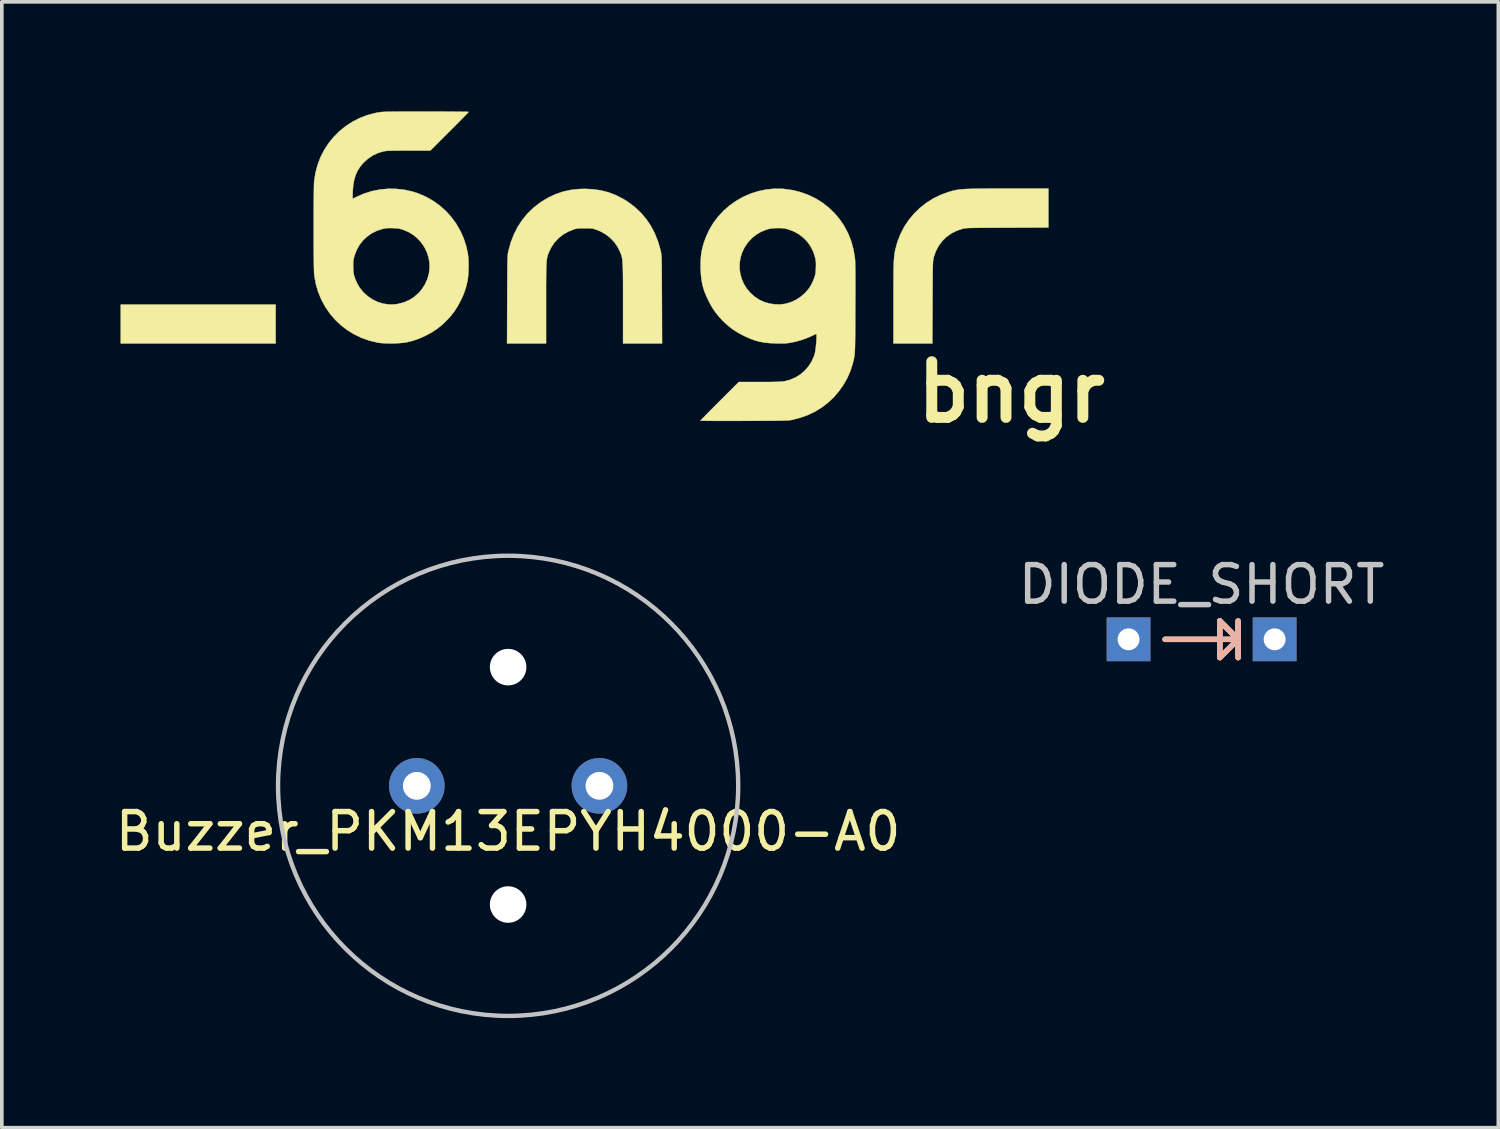
<source format=kicad_pcb>
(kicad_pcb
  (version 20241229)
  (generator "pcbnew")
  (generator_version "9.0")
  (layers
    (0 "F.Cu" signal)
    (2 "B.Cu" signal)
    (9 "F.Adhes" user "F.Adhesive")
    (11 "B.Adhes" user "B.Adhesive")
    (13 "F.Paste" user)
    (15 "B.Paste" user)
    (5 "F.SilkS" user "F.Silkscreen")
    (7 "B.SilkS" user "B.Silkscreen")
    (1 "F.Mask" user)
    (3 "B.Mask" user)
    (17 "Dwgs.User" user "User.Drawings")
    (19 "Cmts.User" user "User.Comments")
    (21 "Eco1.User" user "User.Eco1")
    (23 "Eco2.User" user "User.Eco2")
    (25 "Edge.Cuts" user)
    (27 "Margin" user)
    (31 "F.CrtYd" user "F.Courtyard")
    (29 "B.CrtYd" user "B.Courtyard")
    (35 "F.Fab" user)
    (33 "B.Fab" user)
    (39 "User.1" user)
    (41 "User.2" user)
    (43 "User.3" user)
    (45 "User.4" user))
  (footprint "DIODE_SHORT"
    (layer "F.Cu")
    (at 29.851 14.455)
    (property "Reference" "DIODE_SHORT" (at 0 -1.5 0) (layer "Dwgs.User") (effects (font (size 1 1) (thickness 0.15))))
    (attr through_hole)
    (fp_line (start -1 0) (end 1 0) (stroke (width 0.15) (type solid)) (layer "F.SilkS"))
    (fp_line (start 0.5 -0.5) (end 1 0) (stroke (width 0.15) (type solid)) (layer "F.SilkS"))
    (fp_line (start 0.5 0.5) (end 0.5 -0.5) (stroke (width 0.15) (type solid)) (layer "F.SilkS"))
    (fp_line (start 1 -0.5) (end 1 0.5) (stroke (width 0.15) (type solid)) (layer "F.SilkS"))
    (fp_line (start 1 0) (end 0.5 -0.5) (stroke (width 0.15) (type solid)) (layer "F.SilkS"))
    (fp_line (start 1 0) (end 0.5 0.5) (stroke (width 0.15) (type solid)) (layer "F.SilkS"))
    (fp_line (start -1 0) (end 1 0) (stroke (width 0.15) (type solid)) (layer "B.SilkS"))
    (fp_line (start 0.5 -0.5) (end 0.5 0.5) (stroke (width 0.15) (type solid)) (layer "B.SilkS"))
    (fp_line (start 0.5 0.5) (end 1 0) (stroke (width 0.15) (type solid)) (layer "B.SilkS"))
    (fp_line (start 1 -0.5) (end 1 0.5) (stroke (width 0.15) (type solid)) (layer "B.SilkS"))
    (fp_line (start 1 0) (end 0.5 -0.5) (stroke (width 0.15) (type solid)) (layer "B.SilkS"))
    (fp_line (start 1 0) (end 1 -0.5) (stroke (width 0.15) (type solid)) (layer "B.SilkS"))
    (fp_line (start 1 0.5) (end 1 0) (stroke (width 0.15) (type solid)) (layer "B.SilkS"))
    (pad "1" thru_hole rect (at -2 0) (size 1.2 1.2) (drill 0.6) (layers "*.Cu" "*.Mask"))
    (pad "2" thru_hole rect (at 2 0) (size 1.2 1.2) (drill 0.6) (layers "*.Cu" "*.Mask")))
  (footprint "bngr"
    (layer "F.Cu")
    (at 0.25 6.359)
    (property "Reference" "bngr" (at 24.39 1.33 0) (layer "F.SilkS") (effects (font (size 1.524 1.524) (thickness 0.3))))
    (attr through_hole)
    (fp_poly (pts (xy 4.248 -0.004) (xy 0.006 -0.004) (xy 0.006 -1.07) (xy 4.248 -1.07) (xy 4.248 -0.004)) (stroke (width 0.01) (type solid)) (fill yes) (layer "F.SilkS"))
    (fp_poly (pts (xy 25.406 -3.18) (xy 24.279 -3.175) (xy 24.084 -3.174) (xy 23.913 -3.174) (xy 23.763 -3.173) (xy 23.634 -3.172) (xy 23.524 -3.171) (xy 23.43 -3.17) (xy 23.352 -3.169) (xy 23.287 -3.167) (xy 23.233 -3.166) (xy 23.19 -3.164) (xy 23.156 -3.161) (xy 23.127 -3.159) (xy 23.104 -3.156) (xy 23.084 -3.152) (xy 23.066 -3.148) (xy 23.047 -3.143) (xy 22.887 -3.088) (xy 22.741 -3.013) (xy 22.611 -2.919) (xy 22.497 -2.807) (xy 22.402 -2.677) (xy 22.325 -2.532) (xy 22.269 -2.373) (xy 22.267 -2.362) (xy 22.262 -2.344) (xy 22.258 -2.325) (xy 22.254 -2.305) (xy 22.251 -2.282) (xy 22.248 -2.254) (xy 22.246 -2.219) (xy 22.244 -2.176) (xy 22.242 -2.123) (xy 22.241 -2.058) (xy 22.239 -1.979) (xy 22.238 -1.886) (xy 22.238 -1.775) (xy 22.237 -1.646) (xy 22.236 -1.497) (xy 22.235 -1.325) (xy 22.234 -1.131) (xy 22.229 -0.004) (xy 21.164 -0.004) (xy 21.164 -1.109) (xy 21.164 -1.315) (xy 21.164 -1.498) (xy 21.165 -1.659) (xy 21.166 -1.8) (xy 21.167 -1.922) (xy 21.168 -2.029) (xy 21.17 -2.121) (xy 21.173 -2.2) (xy 21.176 -2.269) (xy 21.18 -2.328) (xy 21.184 -2.381) (xy 21.19 -2.427) (xy 21.196 -2.471) (xy 21.203 -2.512) (xy 21.211 -2.554) (xy 21.217 -2.58) (xy 21.276 -2.798) (xy 21.359 -3.006) (xy 21.462 -3.204) (xy 21.586 -3.389) (xy 21.728 -3.56) (xy 21.887 -3.715) (xy 22.062 -3.853) (xy 22.251 -3.973) (xy 22.453 -4.072) (xy 22.611 -4.131) (xy 22.666 -4.149) (xy 22.718 -4.166) (xy 22.767 -4.18) (xy 22.816 -4.192) (xy 22.867 -4.203) (xy 22.921 -4.212) (xy 22.98 -4.22) (xy 23.046 -4.226) (xy 23.121 -4.232) (xy 23.206 -4.236) (xy 23.303 -4.239) (xy 23.415 -4.241) (xy 23.543 -4.243) (xy 23.688 -4.244) (xy 23.853 -4.245) (xy 24.04 -4.245) (xy 24.249 -4.245) (xy 24.301 -4.245) (xy 25.406 -4.245) (xy 25.406 -3.18)) (stroke (width 0.01) (type solid)) (fill yes) (layer "F.SilkS"))
    (fp_poly (pts (xy 12.938 -4.227) (xy 13.158 -4.195) (xy 13.369 -4.14) (xy 13.572 -4.061) (xy 13.769 -3.959) (xy 13.897 -3.879) (xy 14.082 -3.739) (xy 14.248 -3.583) (xy 14.395 -3.41) (xy 14.522 -3.222) (xy 14.629 -3.017) (xy 14.717 -2.797) (xy 14.785 -2.561) (xy 14.791 -2.536) (xy 14.795 -2.514) (xy 14.8 -2.494) (xy 14.803 -2.472) (xy 14.807 -2.448) (xy 14.809 -2.42) (xy 14.812 -2.386) (xy 14.814 -2.344) (xy 14.816 -2.293) (xy 14.817 -2.231) (xy 14.818 -2.157) (xy 14.819 -2.068) (xy 14.82 -1.964) (xy 14.821 -1.842) (xy 14.822 -1.7) (xy 14.822 -1.538) (xy 14.823 -1.354) (xy 14.824 -1.207) (xy 14.828 -0.004) (xy 13.76 -0.004) (xy 13.76 -1.094) (xy 13.76 -1.297) (xy 13.76 -1.477) (xy 13.76 -1.634) (xy 13.759 -1.772) (xy 13.758 -1.891) (xy 13.756 -1.993) (xy 13.754 -2.08) (xy 13.751 -2.154) (xy 13.748 -2.217) (xy 13.743 -2.27) (xy 13.738 -2.315) (xy 13.731 -2.353) (xy 13.723 -2.387) (xy 13.714 -2.419) (xy 13.704 -2.449) (xy 13.692 -2.48) (xy 13.683 -2.502) (xy 13.611 -2.649) (xy 13.519 -2.781) (xy 13.408 -2.897) (xy 13.28 -2.996) (xy 13.137 -3.076) (xy 12.998 -3.13) (xy 12.957 -3.142) (xy 12.918 -3.15) (xy 12.876 -3.155) (xy 12.824 -3.158) (xy 12.757 -3.159) (xy 12.706 -3.159) (xy 12.626 -3.159) (xy 12.566 -3.157) (xy 12.518 -3.153) (xy 12.478 -3.147) (xy 12.44 -3.137) (xy 12.414 -3.13) (xy 12.259 -3.068) (xy 12.117 -2.986) (xy 11.991 -2.886) (xy 11.882 -2.768) (xy 11.792 -2.634) (xy 11.729 -2.502) (xy 11.716 -2.47) (xy 11.704 -2.439) (xy 11.695 -2.409) (xy 11.686 -2.377) (xy 11.679 -2.341) (xy 11.673 -2.301) (xy 11.667 -2.254) (xy 11.663 -2.198) (xy 11.66 -2.132) (xy 11.657 -2.054) (xy 11.655 -1.962) (xy 11.654 -1.854) (xy 11.653 -1.729) (xy 11.652 -1.586) (xy 11.652 -1.421) (xy 11.652 -1.234) (xy 11.652 -1.094) (xy 11.652 -0.004) (xy 10.584 -0.004) (xy 10.588 -1.207) (xy 10.589 -1.409) (xy 10.59 -1.587) (xy 10.591 -1.743) (xy 10.591 -1.878) (xy 10.592 -1.995) (xy 10.593 -2.095) (xy 10.594 -2.179) (xy 10.595 -2.25) (xy 10.597 -2.308) (xy 10.599 -2.357) (xy 10.601 -2.396) (xy 10.603 -2.428) (xy 10.606 -2.455) (xy 10.61 -2.479) (xy 10.613 -2.5) (xy 10.618 -2.52) (xy 10.621 -2.536) (xy 10.687 -2.773) (xy 10.773 -2.995) (xy 10.878 -3.201) (xy 11.003 -3.391) (xy 11.148 -3.566) (xy 11.312 -3.724) (xy 11.495 -3.865) (xy 11.515 -3.879) (xy 11.71 -3.997) (xy 11.909 -4.091) (xy 12.114 -4.161) (xy 12.328 -4.208) (xy 12.552 -4.233) (xy 12.706 -4.238) (xy 12.938 -4.227)) (stroke (width 0.01) (type solid)) (fill yes) (layer "F.SilkS"))
    (fp_poly (pts (xy 8.534 -6.353) (xy 8.696 -6.353) (xy 8.849 -6.353) (xy 8.991 -6.352) (xy 9.121 -6.351) (xy 9.236 -6.35) (xy 9.334 -6.349) (xy 9.415 -6.348) (xy 9.476 -6.347) (xy 9.515 -6.346) (xy 9.531 -6.344) (xy 9.531 -6.344) (xy 9.522 -6.333) (xy 9.497 -6.307) (xy 9.457 -6.265) (xy 9.404 -6.211) (xy 9.339 -6.144) (xy 9.264 -6.068) (xy 9.18 -5.984) (xy 9.09 -5.893) (xy 9.007 -5.811) (xy 8.483 -5.287) (xy 7.895 -5.287) (xy 7.751 -5.287) (xy 7.63 -5.286) (xy 7.529 -5.285) (xy 7.447 -5.284) (xy 7.38 -5.282) (xy 7.326 -5.28) (xy 7.282 -5.277) (xy 7.248 -5.273) (xy 7.218 -5.268) (xy 7.21 -5.267) (xy 7.056 -5.222) (xy 6.91 -5.154) (xy 6.775 -5.064) (xy 6.653 -4.954) (xy 6.652 -4.952) (xy 6.563 -4.847) (xy 6.492 -4.736) (xy 6.437 -4.615) (xy 6.397 -4.481) (xy 6.371 -4.333) (xy 6.358 -4.165) (xy 6.356 -4.077) (xy 6.356 -3.966) (xy 6.467 -4.021) (xy 6.671 -4.11) (xy 6.884 -4.176) (xy 7.104 -4.219) (xy 7.328 -4.24) (xy 7.553 -4.237) (xy 7.776 -4.212) (xy 7.995 -4.163) (xy 8.153 -4.112) (xy 8.363 -4.021) (xy 8.56 -3.909) (xy 8.743 -3.778) (xy 8.91 -3.629) (xy 9.06 -3.463) (xy 9.192 -3.282) (xy 9.304 -3.089) (xy 9.396 -2.883) (xy 9.466 -2.667) (xy 9.512 -2.449) (xy 9.522 -2.359) (xy 9.528 -2.252) (xy 9.53 -2.135) (xy 9.528 -2.016) (xy 9.522 -1.9) (xy 9.512 -1.794) (xy 9.498 -1.706) (xy 9.495 -1.693) (xy 9.464 -1.562) (xy 9.428 -1.445) (xy 9.384 -1.33) (xy 9.329 -1.208) (xy 9.314 -1.178) (xy 9.231 -1.023) (xy 9.142 -0.885) (xy 9.042 -0.756) (xy 8.924 -0.629) (xy 8.915 -0.62) (xy 8.788 -0.501) (xy 8.659 -0.399) (xy 8.522 -0.31) (xy 8.369 -0.226) (xy 8.356 -0.22) (xy 8.231 -0.162) (xy 8.116 -0.116) (xy 8 -0.078) (xy 7.874 -0.046) (xy 7.842 -0.039) (xy 7.762 -0.026) (xy 7.663 -0.016) (xy 7.551 -0.009) (xy 7.434 -0.006) (xy 7.316 -0.007) (xy 7.205 -0.011) (xy 7.107 -0.019) (xy 7.041 -0.028) (xy 6.816 -0.082) (xy 6.602 -0.157) (xy 6.399 -0.254) (xy 6.21 -0.37) (xy 6.034 -0.505) (xy 5.875 -0.656) (xy 5.732 -0.824) (xy 5.607 -1.006) (xy 5.501 -1.201) (xy 5.415 -1.408) (xy 5.35 -1.625) (xy 5.309 -1.852) (xy 5.302 -1.909) (xy 5.3 -1.943) (xy 5.298 -2.001) (xy 5.296 -2.08) (xy 5.294 -2.178) (xy 5.294 -2.195) (xy 6.37 -2.195) (xy 6.37 -2.128) (xy 6.372 -2.08) (xy 6.375 -2.006) (xy 6.379 -1.948) (xy 6.387 -1.9) (xy 6.399 -1.853) (xy 6.417 -1.798) (xy 6.417 -1.796) (xy 6.475 -1.657) (xy 6.547 -1.534) (xy 6.637 -1.421) (xy 6.652 -1.405) (xy 6.772 -1.295) (xy 6.905 -1.206) (xy 7.046 -1.139) (xy 7.195 -1.094) (xy 7.349 -1.072) (xy 7.504 -1.074) (xy 7.603 -1.089) (xy 7.765 -1.132) (xy 7.913 -1.197) (xy 8.047 -1.283) (xy 8.166 -1.39) (xy 8.241 -1.477) (xy 8.331 -1.612) (xy 8.398 -1.756) (xy 8.442 -1.904) (xy 8.462 -2.055) (xy 8.46 -2.207) (xy 8.436 -2.357) (xy 8.389 -2.503) (xy 8.321 -2.643) (xy 8.23 -2.774) (xy 8.13 -2.883) (xy 8.017 -2.976) (xy 7.896 -3.051) (xy 7.759 -3.11) (xy 7.738 -3.117) (xy 7.683 -3.135) (xy 7.636 -3.147) (xy 7.588 -3.155) (xy 7.531 -3.16) (xy 7.458 -3.163) (xy 7.455 -3.163) (xy 7.376 -3.165) (xy 7.315 -3.163) (xy 7.263 -3.159) (xy 7.212 -3.149) (xy 7.179 -3.142) (xy 7.022 -3.092) (xy 6.879 -3.021) (xy 6.749 -2.93) (xy 6.635 -2.822) (xy 6.539 -2.697) (xy 6.462 -2.557) (xy 6.405 -2.404) (xy 6.392 -2.356) (xy 6.381 -2.301) (xy 6.373 -2.25) (xy 6.37 -2.195) (xy 5.294 -2.195) (xy 5.293 -2.291) (xy 5.292 -2.418) (xy 5.291 -2.557) (xy 5.29 -2.705) (xy 5.29 -2.86) (xy 5.289 -3.02) (xy 5.289 -3.181) (xy 5.29 -3.343) (xy 5.29 -3.503) (xy 5.29 -3.658) (xy 5.291 -3.805) (xy 5.292 -3.944) (xy 5.293 -4.071) (xy 5.295 -4.184) (xy 5.296 -4.281) (xy 5.298 -4.359) (xy 5.3 -4.417) (xy 5.302 -4.45) (xy 5.338 -4.677) (xy 5.396 -4.895) (xy 5.476 -5.104) (xy 5.576 -5.301) (xy 5.696 -5.486) (xy 5.834 -5.656) (xy 5.989 -5.812) (xy 6.159 -5.951) (xy 6.343 -6.071) (xy 6.54 -6.173) (xy 6.749 -6.254) (xy 6.969 -6.313) (xy 7.051 -6.329) (xy 7.077 -6.333) (xy 7.103 -6.337) (xy 7.131 -6.34) (xy 7.163 -6.343) (xy 7.2 -6.345) (xy 7.244 -6.347) (xy 7.297 -6.349) (xy 7.361 -6.35) (xy 7.436 -6.351) (xy 7.526 -6.352) (xy 7.632 -6.353) (xy 7.755 -6.353) (xy 7.897 -6.353) (xy 8.06 -6.353) (xy 8.246 -6.353) (xy 8.364 -6.354) (xy 8.534 -6.353)) (stroke (width 0.01) (type solid)) (fill yes) (layer "F.SilkS"))
    (fp_poly (pts (xy 18.112 -4.239) (xy 18.171 -4.235) (xy 18.405 -4.202) (xy 18.628 -4.146) (xy 18.841 -4.068) (xy 19.041 -3.97) (xy 19.228 -3.853) (xy 19.4 -3.717) (xy 19.557 -3.565) (xy 19.697 -3.396) (xy 19.82 -3.213) (xy 19.923 -3.016) (xy 20.006 -2.807) (xy 20.067 -2.586) (xy 20.107 -2.355) (xy 20.11 -2.321) (xy 20.113 -2.283) (xy 20.115 -2.226) (xy 20.117 -2.15) (xy 20.119 -2.053) (xy 20.12 -1.935) (xy 20.121 -1.795) (xy 20.121 -1.633) (xy 20.121 -1.447) (xy 20.12 -1.238) (xy 20.119 -1.004) (xy 20.119 -0.962) (xy 20.118 -0.757) (xy 20.118 -0.575) (xy 20.117 -0.415) (xy 20.116 -0.275) (xy 20.115 -0.153) (xy 20.113 -0.048) (xy 20.112 0.042) (xy 20.11 0.119) (xy 20.107 0.184) (xy 20.104 0.24) (xy 20.1 0.288) (xy 20.095 0.33) (xy 20.09 0.368) (xy 20.084 0.403) (xy 20.076 0.437) (xy 20.068 0.472) (xy 20.058 0.51) (xy 20.048 0.551) (xy 19.984 0.75) (xy 19.898 0.946) (xy 19.79 1.134) (xy 19.664 1.312) (xy 19.522 1.476) (xy 19.366 1.621) (xy 19.363 1.624) (xy 19.192 1.753) (xy 19.015 1.861) (xy 18.826 1.952) (xy 18.624 2.025) (xy 18.413 2.081) (xy 18.392 2.086) (xy 18.371 2.09) (xy 18.35 2.094) (xy 18.326 2.097) (xy 18.297 2.1) (xy 18.263 2.102) (xy 18.221 2.104) (xy 18.17 2.106) (xy 18.109 2.107) (xy 18.034 2.109) (xy 17.946 2.11) (xy 17.841 2.111) (xy 17.719 2.111) (xy 17.578 2.112) (xy 17.416 2.113) (xy 17.231 2.114) (xy 17.084 2.114) (xy 16.912 2.115) (xy 16.747 2.115) (xy 16.591 2.115) (xy 16.446 2.115) (xy 16.314 2.115) (xy 16.195 2.114) (xy 16.094 2.113) (xy 16.01 2.112) (xy 15.945 2.111) (xy 15.902 2.11) (xy 15.882 2.109) (xy 15.881 2.108) (xy 15.89 2.098) (xy 15.915 2.071) (xy 15.955 2.029) (xy 16.008 1.975) (xy 16.073 1.908) (xy 16.148 1.832) (xy 16.232 1.748) (xy 16.322 1.657) (xy 16.405 1.574) (xy 16.929 1.051) (xy 17.495 1.051) (xy 17.64 1.05) (xy 17.762 1.05) (xy 17.864 1.049) (xy 17.948 1.047) (xy 18.016 1.045) (xy 18.071 1.042) (xy 18.116 1.039) (xy 18.153 1.034) (xy 18.174 1.031) (xy 18.33 0.991) (xy 18.476 0.929) (xy 18.61 0.847) (xy 18.73 0.745) (xy 18.835 0.627) (xy 18.921 0.494) (xy 18.987 0.347) (xy 19.004 0.297) (xy 19.015 0.253) (xy 19.025 0.195) (xy 19.035 0.127) (xy 19.043 0.055) (xy 19.05 -0.019) (xy 19.055 -0.09) (xy 19.058 -0.155) (xy 19.058 -0.208) (xy 19.056 -0.247) (xy 19.051 -0.267) (xy 19.046 -0.268) (xy 19.032 -0.261) (xy 18.999 -0.245) (xy 18.955 -0.224) (xy 18.925 -0.209) (xy 18.794 -0.152) (xy 18.647 -0.1) (xy 18.497 -0.057) (xy 18.356 -0.028) (xy 18.296 -0.018) (xy 18.241 -0.011) (xy 18.187 -0.007) (xy 18.127 -0.005) (xy 18.054 -0.005) (xy 17.964 -0.006) (xy 17.945 -0.007) (xy 17.782 -0.014) (xy 17.637 -0.029) (xy 17.503 -0.053) (xy 17.375 -0.087) (xy 17.246 -0.134) (xy 17.109 -0.194) (xy 17.056 -0.22) (xy 16.9 -0.303) (xy 16.762 -0.392) (xy 16.634 -0.493) (xy 16.507 -0.61) (xy 16.497 -0.62) (xy 16.378 -0.747) (xy 16.277 -0.875) (xy 16.187 -1.012) (xy 16.104 -1.166) (xy 16.098 -1.178) (xy 16.031 -1.322) (xy 15.979 -1.455) (xy 15.94 -1.585) (xy 15.913 -1.719) (xy 15.895 -1.862) (xy 15.885 -2.021) (xy 15.884 -2.059) (xy 16.95 -2.059) (xy 16.969 -1.913) (xy 17.008 -1.772) (xy 17.067 -1.636) (xy 17.146 -1.508) (xy 17.245 -1.391) (xy 17.362 -1.286) (xy 17.495 -1.199) (xy 17.627 -1.139) (xy 17.771 -1.097) (xy 17.921 -1.075) (xy 18.071 -1.073) (xy 18.202 -1.09) (xy 18.356 -1.135) (xy 18.502 -1.203) (xy 18.637 -1.293) (xy 18.759 -1.403) (xy 18.76 -1.405) (xy 18.854 -1.517) (xy 18.928 -1.638) (xy 18.987 -1.775) (xy 18.995 -1.796) (xy 19.012 -1.851) (xy 19.024 -1.899) (xy 19.032 -1.947) (xy 19.037 -2.003) (xy 19.04 -2.077) (xy 19.04 -2.08) (xy 19.042 -2.158) (xy 19.041 -2.219) (xy 19.036 -2.271) (xy 19.027 -2.323) (xy 19.02 -2.356) (xy 18.97 -2.512) (xy 18.899 -2.656) (xy 18.808 -2.786) (xy 18.699 -2.899) (xy 18.574 -2.996) (xy 18.434 -3.073) (xy 18.282 -3.129) (xy 18.233 -3.142) (xy 18.178 -3.154) (xy 18.127 -3.161) (xy 18.072 -3.164) (xy 18.005 -3.164) (xy 17.957 -3.163) (xy 17.883 -3.16) (xy 17.826 -3.155) (xy 17.778 -3.147) (xy 17.731 -3.135) (xy 17.676 -3.118) (xy 17.674 -3.117) (xy 17.534 -3.06) (xy 17.411 -2.988) (xy 17.298 -2.898) (xy 17.282 -2.883) (xy 17.173 -2.763) (xy 17.085 -2.632) (xy 17.019 -2.495) (xy 16.975 -2.352) (xy 16.952 -2.206) (xy 16.95 -2.059) (xy 15.884 -2.059) (xy 15.884 -2.062) (xy 15.884 -2.227) (xy 15.892 -2.374) (xy 15.909 -2.511) (xy 15.938 -2.644) (xy 15.978 -2.779) (xy 16.029 -2.918) (xy 16.122 -3.12) (xy 16.235 -3.308) (xy 16.367 -3.483) (xy 16.516 -3.642) (xy 16.681 -3.785) (xy 16.859 -3.911) (xy 17.049 -4.018) (xy 17.249 -4.106) (xy 17.457 -4.173) (xy 17.671 -4.218) (xy 17.89 -4.241) (xy 18.112 -4.239)) (stroke (width 0.01) (type solid)) (fill yes) (layer "F.SilkS")))
  (footprint "Buzzer_PKM13EPYH4000-A0"
    (layer "F.Cu")
    (at 10.863 18.467)
    (property "Reference" "Buzzer_PKM13EPYH4000-A0" (at 0 1.25 0) (layer "F.SilkS") (effects (font (size 1 1) (thickness 0.15))))
    (attr through_hole)
    (fp_circle (center 0 0) (end 0 -6.3) (stroke (width 0.12) (type solid)) (fill no) (layer "Dwgs.User"))
    (pad "" np_thru_hole circle (at 0 -3.25) (size 1 1) (drill 1) (layers "*.Cu" "*.Mask"))
    (pad "" np_thru_hole circle (at 0 3.25) (size 1 1) (drill 1) (layers "*.Cu" "*.Mask"))
    (pad "1" thru_hole circle (at -2.5 0) (size 1.524 1.524) (drill 0.762) (layers "*.Cu" "*.Mask"))
    (pad "2" thru_hole circle (at 2.5 0) (size 1.524 1.524) (drill 0.762) (layers "*.Cu" "*.Mask")))
  (gr_rect
    (start -3 -3)
    (end 37.976 27.827)
    (stroke (width 0.1) (type default))
    (fill no)
    (layer "Edge.Cuts")))
</source>
